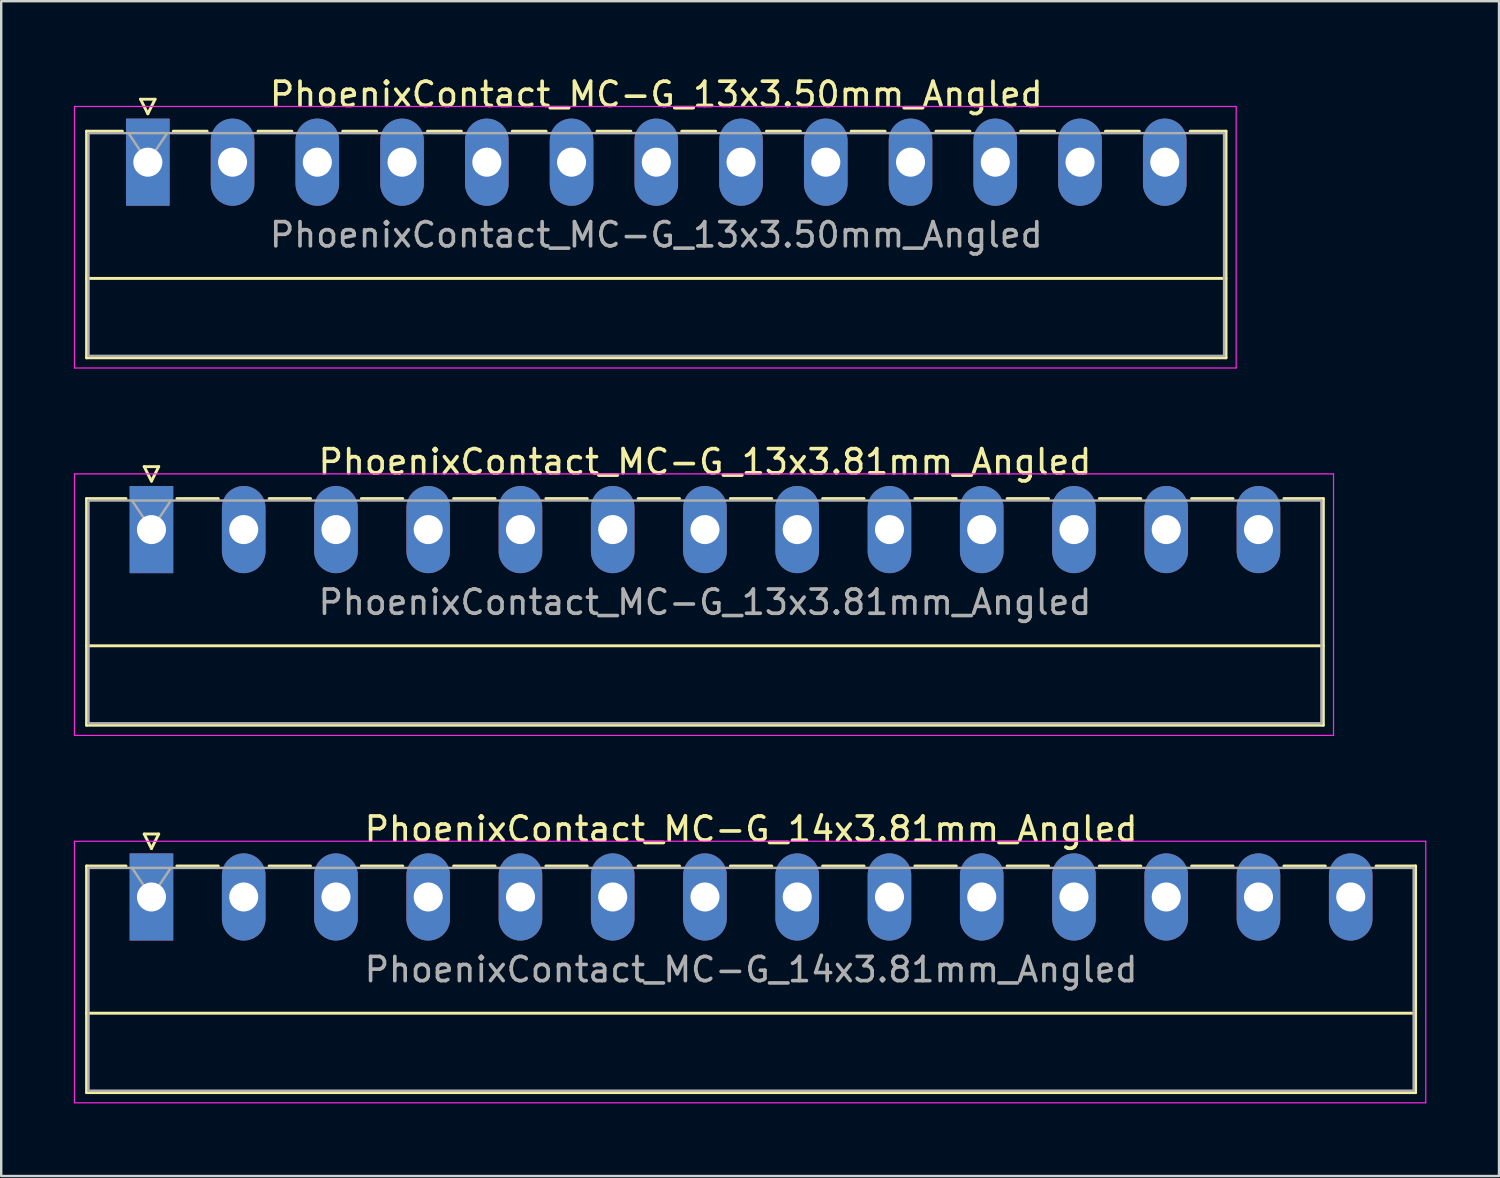
<source format=kicad_pcb>
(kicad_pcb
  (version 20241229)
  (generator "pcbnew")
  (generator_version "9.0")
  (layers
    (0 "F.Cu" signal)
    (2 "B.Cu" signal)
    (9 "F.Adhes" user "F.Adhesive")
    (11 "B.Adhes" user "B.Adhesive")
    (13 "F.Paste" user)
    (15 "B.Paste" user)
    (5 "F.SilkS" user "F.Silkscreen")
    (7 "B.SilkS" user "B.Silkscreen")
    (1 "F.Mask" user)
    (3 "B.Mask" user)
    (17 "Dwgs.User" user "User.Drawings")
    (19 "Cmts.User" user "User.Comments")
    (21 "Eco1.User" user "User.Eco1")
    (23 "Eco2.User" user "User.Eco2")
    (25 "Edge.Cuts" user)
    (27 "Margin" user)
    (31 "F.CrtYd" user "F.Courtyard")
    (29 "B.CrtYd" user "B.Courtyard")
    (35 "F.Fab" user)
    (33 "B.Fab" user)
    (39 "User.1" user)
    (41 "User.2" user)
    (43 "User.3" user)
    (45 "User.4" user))
  (footprint "PhoenixContact_MC-G_13x3.50mm_Angled"
    (layer "F.Cu")
    (at 3.055 3.648)
    (property "Reference" "PhoenixContact_MC-G_13x3.50mm_Angled" (at 21 -2.8 0) (layer "F.SilkS") (effects (font (size 1 1) (thickness 0.15))))
    (attr through_hole)
    (fp_line (start -2.53 -1.28) (end -2.53 8.08) (stroke (width 0.12) (type solid)) (layer "F.SilkS"))
    (fp_line (start -2.53 -1.28) (end -1.05 -1.28) (stroke (width 0.12) (type solid)) (layer "F.SilkS"))
    (fp_line (start -2.53 4.8) (end 44.53 4.8) (stroke (width 0.12) (type solid)) (layer "F.SilkS"))
    (fp_line (start -2.53 8.08) (end 44.53 8.08) (stroke (width 0.12) (type solid)) (layer "F.SilkS"))
    (fp_line (start -0.3 -2.6) (end 0.3 -2.6) (stroke (width 0.12) (type solid)) (layer "F.SilkS"))
    (fp_line (start 0 -2) (end -0.3 -2.6) (stroke (width 0.12) (type solid)) (layer "F.SilkS"))
    (fp_line (start 0.3 -2.6) (end 0 -2) (stroke (width 0.12) (type solid)) (layer "F.SilkS"))
    (fp_line (start 1.05 -1.28) (end 2.45 -1.28) (stroke (width 0.12) (type solid)) (layer "F.SilkS"))
    (fp_line (start 4.55 -1.28) (end 5.95 -1.28) (stroke (width 0.12) (type solid)) (layer "F.SilkS"))
    (fp_line (start 8.05 -1.28) (end 9.45 -1.28) (stroke (width 0.12) (type solid)) (layer "F.SilkS"))
    (fp_line (start 11.55 -1.28) (end 12.95 -1.28) (stroke (width 0.12) (type solid)) (layer "F.SilkS"))
    (fp_line (start 15.05 -1.28) (end 16.45 -1.28) (stroke (width 0.12) (type solid)) (layer "F.SilkS"))
    (fp_line (start 18.55 -1.28) (end 19.95 -1.28) (stroke (width 0.12) (type solid)) (layer "F.SilkS"))
    (fp_line (start 22.05 -1.28) (end 23.45 -1.28) (stroke (width 0.12) (type solid)) (layer "F.SilkS"))
    (fp_line (start 25.55 -1.28) (end 26.95 -1.28) (stroke (width 0.12) (type solid)) (layer "F.SilkS"))
    (fp_line (start 29.05 -1.28) (end 30.45 -1.28) (stroke (width 0.12) (type solid)) (layer "F.SilkS"))
    (fp_line (start 32.55 -1.28) (end 33.95 -1.28) (stroke (width 0.12) (type solid)) (layer "F.SilkS"))
    (fp_line (start 36.05 -1.28) (end 37.45 -1.28) (stroke (width 0.12) (type solid)) (layer "F.SilkS"))
    (fp_line (start 39.55 -1.28) (end 40.95 -1.28) (stroke (width 0.12) (type solid)) (layer "F.SilkS"))
    (fp_line (start 44.53 -1.28) (end 43.05 -1.28) (stroke (width 0.12) (type solid)) (layer "F.SilkS"))
    (fp_line (start 44.53 8.08) (end 44.53 -1.28) (stroke (width 0.12) (type solid)) (layer "F.SilkS"))
    (fp_line (start -3.03 -2.3) (end -3.03 8.5) (stroke (width 0.05) (type solid)) (layer "F.CrtYd"))
    (fp_line (start -3.03 8.5) (end 44.95 8.5) (stroke (width 0.05) (type solid)) (layer "F.CrtYd"))
    (fp_line (start 44.95 -2.3) (end -3.03 -2.3) (stroke (width 0.05) (type solid)) (layer "F.CrtYd"))
    (fp_line (start 44.95 8.5) (end 44.95 -2.3) (stroke (width 0.05) (type solid)) (layer "F.CrtYd"))
    (fp_line (start -2.45 -1.2) (end -2.45 8) (stroke (width 0.1) (type solid)) (layer "F.Fab"))
    (fp_line (start -2.45 8) (end 44.45 8) (stroke (width 0.1) (type solid)) (layer "F.Fab"))
    (fp_line (start 0 0) (end -0.8 -1.2) (stroke (width 0.1) (type solid)) (layer "F.Fab"))
    (fp_line (start 0.8 -1.2) (end 0 0) (stroke (width 0.1) (type solid)) (layer "F.Fab"))
    (fp_line (start 44.45 -1.2) (end -2.45 -1.2) (stroke (width 0.1) (type solid)) (layer "F.Fab"))
    (fp_line (start 44.45 8) (end 44.45 -1.2) (stroke (width 0.1) (type solid)) (layer "F.Fab"))
    (fp_text user "${REFERENCE}" (at 21 3 0) (layer "F.Fab") (effects (font (size 1 1) (thickness 0.15))))
    (pad "1" thru_hole rect (at 0 0) (size 1.8 3.6) (drill 1.2) (layers "*.Cu" "*.Mask"))
    (pad "2" thru_hole oval (at 3.5 0) (size 1.8 3.6) (drill 1.2) (layers "*.Cu" "*.Mask"))
    (pad "3" thru_hole oval (at 7 0) (size 1.8 3.6) (drill 1.2) (layers "*.Cu" "*.Mask"))
    (pad "4" thru_hole oval (at 10.5 0) (size 1.8 3.6) (drill 1.2) (layers "*.Cu" "*.Mask"))
    (pad "5" thru_hole oval (at 14 0) (size 1.8 3.6) (drill 1.2) (layers "*.Cu" "*.Mask"))
    (pad "6" thru_hole oval (at 17.5 0) (size 1.8 3.6) (drill 1.2) (layers "*.Cu" "*.Mask"))
    (pad "7" thru_hole oval (at 21 0) (size 1.8 3.6) (drill 1.2) (layers "*.Cu" "*.Mask"))
    (pad "8" thru_hole oval (at 24.5 0) (size 1.8 3.6) (drill 1.2) (layers "*.Cu" "*.Mask"))
    (pad "9" thru_hole oval (at 28 0) (size 1.8 3.6) (drill 1.2) (layers "*.Cu" "*.Mask"))
    (pad "10" thru_hole oval (at 31.5 0) (size 1.8 3.6) (drill 1.2) (layers "*.Cu" "*.Mask"))
    (pad "11" thru_hole oval (at 35 0) (size 1.8 3.6) (drill 1.2) (layers "*.Cu" "*.Mask"))
    (pad "12" thru_hole oval (at 38.5 0) (size 1.8 3.6) (drill 1.2) (layers "*.Cu" "*.Mask"))
    (pad "13" thru_hole oval (at 42 0) (size 1.8 3.6) (drill 1.2) (layers "*.Cu" "*.Mask")))
  (footprint "PhoenixContact_MC-G_14x3.81mm_Angled"
    (layer "F.Cu")
    (at 3.205 33.995)
    (property "Reference" "PhoenixContact_MC-G_14x3.81mm_Angled" (at 24.765 -2.8 0) (layer "F.SilkS") (effects (font (size 1 1) (thickness 0.15))))
    (attr through_hole)
    (fp_line (start -2.68 -1.28) (end -2.68 8.08) (stroke (width 0.12) (type solid)) (layer "F.SilkS"))
    (fp_line (start -2.68 -1.28) (end -1.05 -1.28) (stroke (width 0.12) (type solid)) (layer "F.SilkS"))
    (fp_line (start -2.68 4.8) (end 52.21 4.8) (stroke (width 0.12) (type solid)) (layer "F.SilkS"))
    (fp_line (start -2.68 8.08) (end 52.21 8.08) (stroke (width 0.12) (type solid)) (layer "F.SilkS"))
    (fp_line (start -0.3 -2.6) (end 0.3 -2.6) (stroke (width 0.12) (type solid)) (layer "F.SilkS"))
    (fp_line (start 0 -2) (end -0.3 -2.6) (stroke (width 0.12) (type solid)) (layer "F.SilkS"))
    (fp_line (start 0.3 -2.6) (end 0 -2) (stroke (width 0.12) (type solid)) (layer "F.SilkS"))
    (fp_line (start 1.05 -1.28) (end 2.76 -1.28) (stroke (width 0.12) (type solid)) (layer "F.SilkS"))
    (fp_line (start 4.86 -1.28) (end 6.57 -1.28) (stroke (width 0.12) (type solid)) (layer "F.SilkS"))
    (fp_line (start 8.67 -1.28) (end 10.38 -1.28) (stroke (width 0.12) (type solid)) (layer "F.SilkS"))
    (fp_line (start 12.48 -1.28) (end 14.19 -1.28) (stroke (width 0.12) (type solid)) (layer "F.SilkS"))
    (fp_line (start 16.29 -1.28) (end 18 -1.28) (stroke (width 0.12) (type solid)) (layer "F.SilkS"))
    (fp_line (start 20.1 -1.28) (end 21.81 -1.28) (stroke (width 0.12) (type solid)) (layer "F.SilkS"))
    (fp_line (start 23.91 -1.28) (end 25.62 -1.28) (stroke (width 0.12) (type solid)) (layer "F.SilkS"))
    (fp_line (start 27.72 -1.28) (end 29.43 -1.28) (stroke (width 0.12) (type solid)) (layer "F.SilkS"))
    (fp_line (start 31.53 -1.28) (end 33.24 -1.28) (stroke (width 0.12) (type solid)) (layer "F.SilkS"))
    (fp_line (start 35.34 -1.28) (end 37.05 -1.28) (stroke (width 0.12) (type solid)) (layer "F.SilkS"))
    (fp_line (start 39.15 -1.28) (end 40.86 -1.28) (stroke (width 0.12) (type solid)) (layer "F.SilkS"))
    (fp_line (start 42.96 -1.28) (end 44.67 -1.28) (stroke (width 0.12) (type solid)) (layer "F.SilkS"))
    (fp_line (start 46.77 -1.28) (end 48.48 -1.28) (stroke (width 0.12) (type solid)) (layer "F.SilkS"))
    (fp_line (start 52.21 -1.28) (end 50.58 -1.28) (stroke (width 0.12) (type solid)) (layer "F.SilkS"))
    (fp_line (start 52.21 8.08) (end 52.21 -1.28) (stroke (width 0.12) (type solid)) (layer "F.SilkS"))
    (fp_line (start -3.18 -2.3) (end -3.18 8.5) (stroke (width 0.05) (type solid)) (layer "F.CrtYd"))
    (fp_line (start -3.18 8.5) (end 52.63 8.5) (stroke (width 0.05) (type solid)) (layer "F.CrtYd"))
    (fp_line (start 52.63 -2.3) (end -3.18 -2.3) (stroke (width 0.05) (type solid)) (layer "F.CrtYd"))
    (fp_line (start 52.63 8.5) (end 52.63 -2.3) (stroke (width 0.05) (type solid)) (layer "F.CrtYd"))
    (fp_line (start -2.6 -1.2) (end -2.6 8) (stroke (width 0.1) (type solid)) (layer "F.Fab"))
    (fp_line (start -2.6 8) (end 52.13 8) (stroke (width 0.1) (type solid)) (layer "F.Fab"))
    (fp_line (start 0 0) (end -0.8 -1.2) (stroke (width 0.1) (type solid)) (layer "F.Fab"))
    (fp_line (start 0.8 -1.2) (end 0 0) (stroke (width 0.1) (type solid)) (layer "F.Fab"))
    (fp_line (start 52.13 -1.2) (end -2.6 -1.2) (stroke (width 0.1) (type solid)) (layer "F.Fab"))
    (fp_line (start 52.13 8) (end 52.13 -1.2) (stroke (width 0.1) (type solid)) (layer "F.Fab"))
    (fp_text user "${REFERENCE}" (at 24.765 3 0) (layer "F.Fab") (effects (font (size 1 1) (thickness 0.15))))
    (pad "1" thru_hole rect (at 0 0) (size 1.8 3.6) (drill 1.2) (layers "*.Cu" "*.Mask"))
    (pad "2" thru_hole oval (at 3.81 0) (size 1.8 3.6) (drill 1.2) (layers "*.Cu" "*.Mask"))
    (pad "3" thru_hole oval (at 7.62 0) (size 1.8 3.6) (drill 1.2) (layers "*.Cu" "*.Mask"))
    (pad "4" thru_hole oval (at 11.43 0) (size 1.8 3.6) (drill 1.2) (layers "*.Cu" "*.Mask"))
    (pad "5" thru_hole oval (at 15.24 0) (size 1.8 3.6) (drill 1.2) (layers "*.Cu" "*.Mask"))
    (pad "6" thru_hole oval (at 19.05 0) (size 1.8 3.6) (drill 1.2) (layers "*.Cu" "*.Mask"))
    (pad "7" thru_hole oval (at 22.86 0) (size 1.8 3.6) (drill 1.2) (layers "*.Cu" "*.Mask"))
    (pad "8" thru_hole oval (at 26.67 0) (size 1.8 3.6) (drill 1.2) (layers "*.Cu" "*.Mask"))
    (pad "9" thru_hole oval (at 30.48 0) (size 1.8 3.6) (drill 1.2) (layers "*.Cu" "*.Mask"))
    (pad "10" thru_hole oval (at 34.29 0) (size 1.8 3.6) (drill 1.2) (layers "*.Cu" "*.Mask"))
    (pad "11" thru_hole oval (at 38.1 0) (size 1.8 3.6) (drill 1.2) (layers "*.Cu" "*.Mask"))
    (pad "12" thru_hole oval (at 41.91 0) (size 1.8 3.6) (drill 1.2) (layers "*.Cu" "*.Mask"))
    (pad "13" thru_hole oval (at 45.72 0) (size 1.8 3.6) (drill 1.2) (layers "*.Cu" "*.Mask"))
    (pad "14" thru_hole oval (at 49.53 0) (size 1.8 3.6) (drill 1.2) (layers "*.Cu" "*.Mask")))
  (footprint "PhoenixContact_MC-G_13x3.81mm_Angled"
    (layer "F.Cu")
    (at 3.205 18.822)
    (property "Reference" "PhoenixContact_MC-G_13x3.81mm_Angled" (at 22.86 -2.8 0) (layer "F.SilkS") (effects (font (size 1 1) (thickness 0.15))))
    (attr through_hole)
    (fp_line (start -2.68 -1.28) (end -2.68 8.08) (stroke (width 0.12) (type solid)) (layer "F.SilkS"))
    (fp_line (start -2.68 -1.28) (end -1.05 -1.28) (stroke (width 0.12) (type solid)) (layer "F.SilkS"))
    (fp_line (start -2.68 4.8) (end 48.4 4.8) (stroke (width 0.12) (type solid)) (layer "F.SilkS"))
    (fp_line (start -2.68 8.08) (end 48.4 8.08) (stroke (width 0.12) (type solid)) (layer "F.SilkS"))
    (fp_line (start -0.3 -2.6) (end 0.3 -2.6) (stroke (width 0.12) (type solid)) (layer "F.SilkS"))
    (fp_line (start 0 -2) (end -0.3 -2.6) (stroke (width 0.12) (type solid)) (layer "F.SilkS"))
    (fp_line (start 0.3 -2.6) (end 0 -2) (stroke (width 0.12) (type solid)) (layer "F.SilkS"))
    (fp_line (start 1.05 -1.28) (end 2.76 -1.28) (stroke (width 0.12) (type solid)) (layer "F.SilkS"))
    (fp_line (start 4.86 -1.28) (end 6.57 -1.28) (stroke (width 0.12) (type solid)) (layer "F.SilkS"))
    (fp_line (start 8.67 -1.28) (end 10.38 -1.28) (stroke (width 0.12) (type solid)) (layer "F.SilkS"))
    (fp_line (start 12.48 -1.28) (end 14.19 -1.28) (stroke (width 0.12) (type solid)) (layer "F.SilkS"))
    (fp_line (start 16.29 -1.28) (end 18 -1.28) (stroke (width 0.12) (type solid)) (layer "F.SilkS"))
    (fp_line (start 20.1 -1.28) (end 21.81 -1.28) (stroke (width 0.12) (type solid)) (layer "F.SilkS"))
    (fp_line (start 23.91 -1.28) (end 25.62 -1.28) (stroke (width 0.12) (type solid)) (layer "F.SilkS"))
    (fp_line (start 27.72 -1.28) (end 29.43 -1.28) (stroke (width 0.12) (type solid)) (layer "F.SilkS"))
    (fp_line (start 31.53 -1.28) (end 33.24 -1.28) (stroke (width 0.12) (type solid)) (layer "F.SilkS"))
    (fp_line (start 35.34 -1.28) (end 37.05 -1.28) (stroke (width 0.12) (type solid)) (layer "F.SilkS"))
    (fp_line (start 39.15 -1.28) (end 40.86 -1.28) (stroke (width 0.12) (type solid)) (layer "F.SilkS"))
    (fp_line (start 42.96 -1.28) (end 44.67 -1.28) (stroke (width 0.12) (type solid)) (layer "F.SilkS"))
    (fp_line (start 48.4 -1.28) (end 46.77 -1.28) (stroke (width 0.12) (type solid)) (layer "F.SilkS"))
    (fp_line (start 48.4 8.08) (end 48.4 -1.28) (stroke (width 0.12) (type solid)) (layer "F.SilkS"))
    (fp_line (start -3.18 -2.3) (end -3.18 8.5) (stroke (width 0.05) (type solid)) (layer "F.CrtYd"))
    (fp_line (start -3.18 8.5) (end 48.82 8.5) (stroke (width 0.05) (type solid)) (layer "F.CrtYd"))
    (fp_line (start 48.82 -2.3) (end -3.18 -2.3) (stroke (width 0.05) (type solid)) (layer "F.CrtYd"))
    (fp_line (start 48.82 8.5) (end 48.82 -2.3) (stroke (width 0.05) (type solid)) (layer "F.CrtYd"))
    (fp_line (start -2.6 -1.2) (end -2.6 8) (stroke (width 0.1) (type solid)) (layer "F.Fab"))
    (fp_line (start -2.6 8) (end 48.32 8) (stroke (width 0.1) (type solid)) (layer "F.Fab"))
    (fp_line (start 0 0) (end -0.8 -1.2) (stroke (width 0.1) (type solid)) (layer "F.Fab"))
    (fp_line (start 0.8 -1.2) (end 0 0) (stroke (width 0.1) (type solid)) (layer "F.Fab"))
    (fp_line (start 48.32 -1.2) (end -2.6 -1.2) (stroke (width 0.1) (type solid)) (layer "F.Fab"))
    (fp_line (start 48.32 8) (end 48.32 -1.2) (stroke (width 0.1) (type solid)) (layer "F.Fab"))
    (fp_text user "${REFERENCE}" (at 22.86 3 0) (layer "F.Fab") (effects (font (size 1 1) (thickness 0.15))))
    (pad "1" thru_hole rect (at 0 0) (size 1.8 3.6) (drill 1.2) (layers "*.Cu" "*.Mask"))
    (pad "2" thru_hole oval (at 3.81 0) (size 1.8 3.6) (drill 1.2) (layers "*.Cu" "*.Mask"))
    (pad "3" thru_hole oval (at 7.62 0) (size 1.8 3.6) (drill 1.2) (layers "*.Cu" "*.Mask"))
    (pad "4" thru_hole oval (at 11.43 0) (size 1.8 3.6) (drill 1.2) (layers "*.Cu" "*.Mask"))
    (pad "5" thru_hole oval (at 15.24 0) (size 1.8 3.6) (drill 1.2) (layers "*.Cu" "*.Mask"))
    (pad "6" thru_hole oval (at 19.05 0) (size 1.8 3.6) (drill 1.2) (layers "*.Cu" "*.Mask"))
    (pad "7" thru_hole oval (at 22.86 0) (size 1.8 3.6) (drill 1.2) (layers "*.Cu" "*.Mask"))
    (pad "8" thru_hole oval (at 26.67 0) (size 1.8 3.6) (drill 1.2) (layers "*.Cu" "*.Mask"))
    (pad "9" thru_hole oval (at 30.48 0) (size 1.8 3.6) (drill 1.2) (layers "*.Cu" "*.Mask"))
    (pad "10" thru_hole oval (at 34.29 0) (size 1.8 3.6) (drill 1.2) (layers "*.Cu" "*.Mask"))
    (pad "11" thru_hole oval (at 38.1 0) (size 1.8 3.6) (drill 1.2) (layers "*.Cu" "*.Mask"))
    (pad "12" thru_hole oval (at 41.91 0) (size 1.8 3.6) (drill 1.2) (layers "*.Cu" "*.Mask"))
    (pad "13" thru_hole oval (at 45.72 0) (size 1.8 3.6) (drill 1.2) (layers "*.Cu" "*.Mask")))
  (gr_rect
    (start -3 -3)
    (end 58.86 45.52)
    (stroke (width 0.1) (type default))
    (fill no)
    (layer "Edge.Cuts")))
</source>
